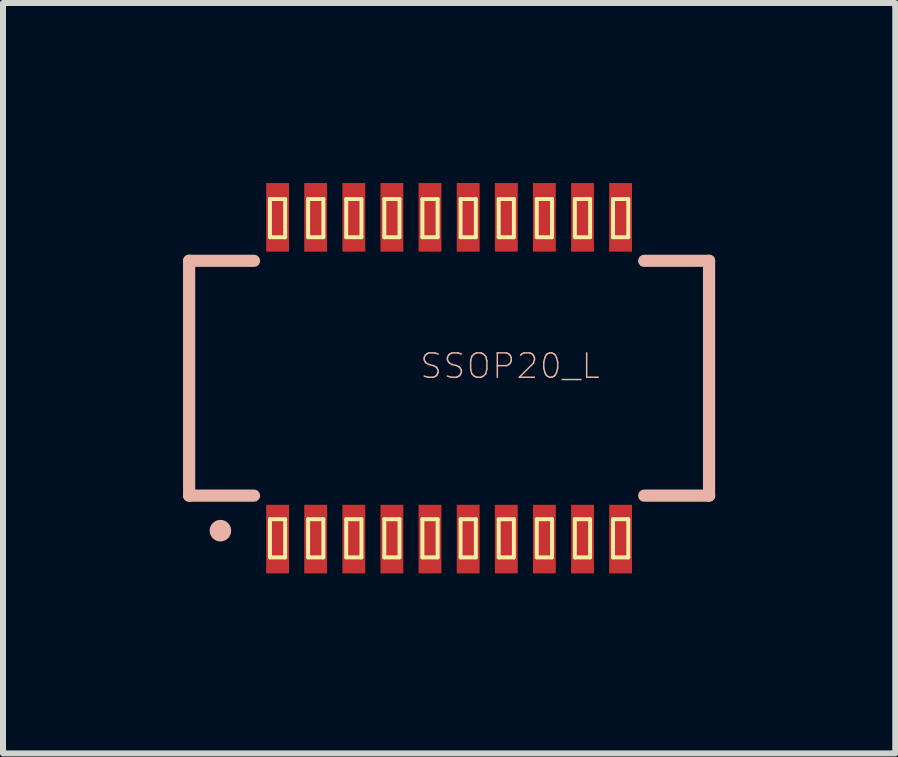
<source format=kicad_pcb>
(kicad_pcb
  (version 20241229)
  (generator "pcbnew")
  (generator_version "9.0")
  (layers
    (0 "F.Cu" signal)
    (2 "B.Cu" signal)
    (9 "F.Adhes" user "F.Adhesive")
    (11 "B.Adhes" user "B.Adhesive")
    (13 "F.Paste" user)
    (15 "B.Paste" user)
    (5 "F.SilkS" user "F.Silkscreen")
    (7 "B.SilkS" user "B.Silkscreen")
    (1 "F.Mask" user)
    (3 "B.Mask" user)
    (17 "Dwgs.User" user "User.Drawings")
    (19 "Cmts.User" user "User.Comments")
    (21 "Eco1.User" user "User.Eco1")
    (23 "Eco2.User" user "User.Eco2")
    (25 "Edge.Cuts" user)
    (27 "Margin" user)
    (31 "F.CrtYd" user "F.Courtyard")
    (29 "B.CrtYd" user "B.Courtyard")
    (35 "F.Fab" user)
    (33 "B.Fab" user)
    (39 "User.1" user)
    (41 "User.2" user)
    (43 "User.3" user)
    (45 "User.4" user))
  (footprint "SSOP20_L"
    (layer "F.Cu")
    (at 4.432 3.251)
    (property "Reference" "SSOP20_L" (at 1.016 -0.203 0) (layer "B.SilkS") (effects (font (size 0.406 0.406) (thickness 0.025))))
    (attr smd)
    (fp_line (start -2.985 -2.985) (end -2.731 -2.985) (stroke (width 0.066) (type solid)) (layer "F.SilkS"))
    (fp_line (start -2.985 -2.349) (end -2.985 -2.985) (stroke (width 0.066) (type solid)) (layer "F.SilkS"))
    (fp_line (start -2.985 -2.349) (end -2.731 -2.349) (stroke (width 0.066) (type solid)) (layer "F.SilkS"))
    (fp_line (start -2.985 2.349) (end -2.731 2.349) (stroke (width 0.066) (type solid)) (layer "F.SilkS"))
    (fp_line (start -2.985 2.985) (end -2.985 2.349) (stroke (width 0.066) (type solid)) (layer "F.SilkS"))
    (fp_line (start -2.985 2.985) (end -2.731 2.985) (stroke (width 0.066) (type solid)) (layer "F.SilkS"))
    (fp_line (start -2.731 -2.349) (end -2.731 -2.985) (stroke (width 0.066) (type solid)) (layer "F.SilkS"))
    (fp_line (start -2.731 2.985) (end -2.731 2.349) (stroke (width 0.066) (type solid)) (layer "F.SilkS"))
    (fp_line (start -2.349 -2.985) (end -2.095 -2.985) (stroke (width 0.066) (type solid)) (layer "F.SilkS"))
    (fp_line (start -2.349 -2.349) (end -2.349 -2.985) (stroke (width 0.066) (type solid)) (layer "F.SilkS"))
    (fp_line (start -2.349 -2.349) (end -2.095 -2.349) (stroke (width 0.066) (type solid)) (layer "F.SilkS"))
    (fp_line (start -2.349 2.349) (end -2.095 2.349) (stroke (width 0.066) (type solid)) (layer "F.SilkS"))
    (fp_line (start -2.349 2.985) (end -2.349 2.349) (stroke (width 0.066) (type solid)) (layer "F.SilkS"))
    (fp_line (start -2.349 2.985) (end -2.095 2.985) (stroke (width 0.066) (type solid)) (layer "F.SilkS"))
    (fp_line (start -2.095 -2.349) (end -2.095 -2.985) (stroke (width 0.066) (type solid)) (layer "F.SilkS"))
    (fp_line (start -2.095 2.985) (end -2.095 2.349) (stroke (width 0.066) (type solid)) (layer "F.SilkS"))
    (fp_line (start -1.714 -2.985) (end -1.46 -2.985) (stroke (width 0.066) (type solid)) (layer "F.SilkS"))
    (fp_line (start -1.714 -2.349) (end -1.714 -2.985) (stroke (width 0.066) (type solid)) (layer "F.SilkS"))
    (fp_line (start -1.714 -2.349) (end -1.46 -2.349) (stroke (width 0.066) (type solid)) (layer "F.SilkS"))
    (fp_line (start -1.714 2.349) (end -1.46 2.349) (stroke (width 0.066) (type solid)) (layer "F.SilkS"))
    (fp_line (start -1.714 2.985) (end -1.714 2.349) (stroke (width 0.066) (type solid)) (layer "F.SilkS"))
    (fp_line (start -1.714 2.985) (end -1.46 2.985) (stroke (width 0.066) (type solid)) (layer "F.SilkS"))
    (fp_line (start -1.46 -2.349) (end -1.46 -2.985) (stroke (width 0.066) (type solid)) (layer "F.SilkS"))
    (fp_line (start -1.46 2.985) (end -1.46 2.349) (stroke (width 0.066) (type solid)) (layer "F.SilkS"))
    (fp_line (start -1.079 -2.985) (end -0.826 -2.985) (stroke (width 0.066) (type solid)) (layer "F.SilkS"))
    (fp_line (start -1.079 -2.349) (end -1.079 -2.985) (stroke (width 0.066) (type solid)) (layer "F.SilkS"))
    (fp_line (start -1.079 -2.349) (end -0.826 -2.349) (stroke (width 0.066) (type solid)) (layer "F.SilkS"))
    (fp_line (start -1.079 2.349) (end -0.826 2.349) (stroke (width 0.066) (type solid)) (layer "F.SilkS"))
    (fp_line (start -1.079 2.985) (end -1.079 2.349) (stroke (width 0.066) (type solid)) (layer "F.SilkS"))
    (fp_line (start -1.079 2.985) (end -0.826 2.985) (stroke (width 0.066) (type solid)) (layer "F.SilkS"))
    (fp_line (start -0.826 -2.349) (end -0.826 -2.985) (stroke (width 0.066) (type solid)) (layer "F.SilkS"))
    (fp_line (start -0.826 2.985) (end -0.826 2.349) (stroke (width 0.066) (type solid)) (layer "F.SilkS"))
    (fp_line (start -0.445 -2.985) (end -0.191 -2.985) (stroke (width 0.066) (type solid)) (layer "F.SilkS"))
    (fp_line (start -0.445 -2.349) (end -0.445 -2.985) (stroke (width 0.066) (type solid)) (layer "F.SilkS"))
    (fp_line (start -0.445 -2.349) (end -0.191 -2.349) (stroke (width 0.066) (type solid)) (layer "F.SilkS"))
    (fp_line (start -0.445 2.349) (end -0.191 2.349) (stroke (width 0.066) (type solid)) (layer "F.SilkS"))
    (fp_line (start -0.445 2.985) (end -0.445 2.349) (stroke (width 0.066) (type solid)) (layer "F.SilkS"))
    (fp_line (start -0.445 2.985) (end -0.191 2.985) (stroke (width 0.066) (type solid)) (layer "F.SilkS"))
    (fp_line (start -0.191 -2.349) (end -0.191 -2.985) (stroke (width 0.066) (type solid)) (layer "F.SilkS"))
    (fp_line (start -0.191 2.985) (end -0.191 2.349) (stroke (width 0.066) (type solid)) (layer "F.SilkS"))
    (fp_line (start 0.191 -2.985) (end 0.445 -2.985) (stroke (width 0.066) (type solid)) (layer "F.SilkS"))
    (fp_line (start 0.191 -2.349) (end 0.191 -2.985) (stroke (width 0.066) (type solid)) (layer "F.SilkS"))
    (fp_line (start 0.191 -2.349) (end 0.445 -2.349) (stroke (width 0.066) (type solid)) (layer "F.SilkS"))
    (fp_line (start 0.191 2.349) (end 0.445 2.349) (stroke (width 0.066) (type solid)) (layer "F.SilkS"))
    (fp_line (start 0.191 2.985) (end 0.191 2.349) (stroke (width 0.066) (type solid)) (layer "F.SilkS"))
    (fp_line (start 0.191 2.985) (end 0.445 2.985) (stroke (width 0.066) (type solid)) (layer "F.SilkS"))
    (fp_line (start 0.445 -2.349) (end 0.445 -2.985) (stroke (width 0.066) (type solid)) (layer "F.SilkS"))
    (fp_line (start 0.445 2.985) (end 0.445 2.349) (stroke (width 0.066) (type solid)) (layer "F.SilkS"))
    (fp_line (start 0.826 -2.985) (end 1.079 -2.985) (stroke (width 0.066) (type solid)) (layer "F.SilkS"))
    (fp_line (start 0.826 -2.349) (end 0.826 -2.985) (stroke (width 0.066) (type solid)) (layer "F.SilkS"))
    (fp_line (start 0.826 -2.349) (end 1.079 -2.349) (stroke (width 0.066) (type solid)) (layer "F.SilkS"))
    (fp_line (start 0.826 2.349) (end 1.079 2.349) (stroke (width 0.066) (type solid)) (layer "F.SilkS"))
    (fp_line (start 0.826 2.985) (end 0.826 2.349) (stroke (width 0.066) (type solid)) (layer "F.SilkS"))
    (fp_line (start 0.826 2.985) (end 1.079 2.985) (stroke (width 0.066) (type solid)) (layer "F.SilkS"))
    (fp_line (start 1.079 -2.349) (end 1.079 -2.985) (stroke (width 0.066) (type solid)) (layer "F.SilkS"))
    (fp_line (start 1.079 2.985) (end 1.079 2.349) (stroke (width 0.066) (type solid)) (layer "F.SilkS"))
    (fp_line (start 1.46 -2.985) (end 1.714 -2.985) (stroke (width 0.066) (type solid)) (layer "F.SilkS"))
    (fp_line (start 1.46 -2.349) (end 1.46 -2.985) (stroke (width 0.066) (type solid)) (layer "F.SilkS"))
    (fp_line (start 1.46 -2.349) (end 1.714 -2.349) (stroke (width 0.066) (type solid)) (layer "F.SilkS"))
    (fp_line (start 1.46 2.349) (end 1.714 2.349) (stroke (width 0.066) (type solid)) (layer "F.SilkS"))
    (fp_line (start 1.46 2.985) (end 1.46 2.349) (stroke (width 0.066) (type solid)) (layer "F.SilkS"))
    (fp_line (start 1.46 2.985) (end 1.714 2.985) (stroke (width 0.066) (type solid)) (layer "F.SilkS"))
    (fp_line (start 1.714 -2.349) (end 1.714 -2.985) (stroke (width 0.066) (type solid)) (layer "F.SilkS"))
    (fp_line (start 1.714 2.985) (end 1.714 2.349) (stroke (width 0.066) (type solid)) (layer "F.SilkS"))
    (fp_line (start 2.095 -2.985) (end 2.349 -2.985) (stroke (width 0.066) (type solid)) (layer "F.SilkS"))
    (fp_line (start 2.095 -2.349) (end 2.095 -2.985) (stroke (width 0.066) (type solid)) (layer "F.SilkS"))
    (fp_line (start 2.095 -2.349) (end 2.349 -2.349) (stroke (width 0.066) (type solid)) (layer "F.SilkS"))
    (fp_line (start 2.095 2.349) (end 2.349 2.349) (stroke (width 0.066) (type solid)) (layer "F.SilkS"))
    (fp_line (start 2.095 2.985) (end 2.095 2.349) (stroke (width 0.066) (type solid)) (layer "F.SilkS"))
    (fp_line (start 2.095 2.985) (end 2.349 2.985) (stroke (width 0.066) (type solid)) (layer "F.SilkS"))
    (fp_line (start 2.349 -2.349) (end 2.349 -2.985) (stroke (width 0.066) (type solid)) (layer "F.SilkS"))
    (fp_line (start 2.349 2.985) (end 2.349 2.349) (stroke (width 0.066) (type solid)) (layer "F.SilkS"))
    (fp_line (start 2.731 -2.985) (end 2.985 -2.985) (stroke (width 0.066) (type solid)) (layer "F.SilkS"))
    (fp_line (start 2.731 -2.349) (end 2.731 -2.985) (stroke (width 0.066) (type solid)) (layer "F.SilkS"))
    (fp_line (start 2.731 -2.349) (end 2.985 -2.349) (stroke (width 0.066) (type solid)) (layer "F.SilkS"))
    (fp_line (start 2.731 2.349) (end 2.985 2.349) (stroke (width 0.066) (type solid)) (layer "F.SilkS"))
    (fp_line (start 2.731 2.985) (end 2.731 2.349) (stroke (width 0.066) (type solid)) (layer "F.SilkS"))
    (fp_line (start 2.731 2.985) (end 2.985 2.985) (stroke (width 0.066) (type solid)) (layer "F.SilkS"))
    (fp_line (start 2.985 -2.349) (end 2.985 -2.985) (stroke (width 0.066) (type solid)) (layer "F.SilkS"))
    (fp_line (start 2.985 2.985) (end 2.985 2.349) (stroke (width 0.066) (type solid)) (layer "F.SilkS"))
    (fp_line (start -4.331 -1.956) (end -4.331 1.956) (stroke (width 0.203) (type solid)) (layer "B.SilkS"))
    (fp_line (start -4.331 -1.956) (end -3.251 -1.956) (stroke (width 0.203) (type solid)) (layer "B.SilkS"))
    (fp_line (start -4.331 1.956) (end -3.251 1.956) (stroke (width 0.203) (type solid)) (layer "B.SilkS"))
    (fp_line (start 3.251 -1.956) (end 4.331 -1.956) (stroke (width 0.203) (type solid)) (layer "B.SilkS"))
    (fp_line (start 3.251 1.956) (end 4.331 1.956) (stroke (width 0.203) (type solid)) (layer "B.SilkS"))
    (fp_line (start 4.331 1.956) (end 4.331 -1.956) (stroke (width 0.203) (type solid)) (layer "B.SilkS"))
    (fp_circle (center -3.81 2.54) (end -3.937 2.667) (stroke (width 0) (type solid)) (fill yes) (layer "B.SilkS"))
    (pad "1" smd rect (at -2.857 2.68 180) (size 0.381 1.143) (layers "F.Cu" "F.Mask" "F.Paste"))
    (pad "2" smd rect (at -2.223 2.68 180) (size 0.381 1.143) (layers "F.Cu" "F.Mask" "F.Paste"))
    (pad "3" smd rect (at -1.587 2.68 180) (size 0.381 1.143) (layers "F.Cu" "F.Mask" "F.Paste"))
    (pad "4" smd rect (at -0.953 2.68 180) (size 0.381 1.143) (layers "F.Cu" "F.Mask" "F.Paste"))
    (pad "5" smd rect (at -0.318 2.68 180) (size 0.381 1.143) (layers "F.Cu" "F.Mask" "F.Paste"))
    (pad "6" smd rect (at 0.318 2.68 180) (size 0.381 1.143) (layers "F.Cu" "F.Mask" "F.Paste"))
    (pad "7" smd rect (at 0.953 2.68 180) (size 0.381 1.143) (layers "F.Cu" "F.Mask" "F.Paste"))
    (pad "8" smd rect (at 1.587 2.68 180) (size 0.381 1.143) (layers "F.Cu" "F.Mask" "F.Paste"))
    (pad "9" smd rect (at 2.223 2.68 180) (size 0.381 1.143) (layers "F.Cu" "F.Mask" "F.Paste"))
    (pad "10" smd rect (at 2.857 2.68 180) (size 0.381 1.143) (layers "F.Cu" "F.Mask" "F.Paste"))
    (pad "11" smd rect (at 2.857 -2.68) (size 0.381 1.143) (layers "F.Cu" "F.Mask" "F.Paste"))
    (pad "12" smd rect (at 2.223 -2.68) (size 0.381 1.143) (layers "F.Cu" "F.Mask" "F.Paste"))
    (pad "13" smd rect (at 1.587 -2.68) (size 0.381 1.143) (layers "F.Cu" "F.Mask" "F.Paste"))
    (pad "14" smd rect (at 0.953 -2.68) (size 0.381 1.143) (layers "F.Cu" "F.Mask" "F.Paste"))
    (pad "15" smd rect (at 0.318 -2.68) (size 0.381 1.143) (layers "F.Cu" "F.Mask" "F.Paste"))
    (pad "16" smd rect (at -0.318 -2.68) (size 0.381 1.143) (layers "F.Cu" "F.Mask" "F.Paste"))
    (pad "17" smd rect (at -0.953 -2.68) (size 0.381 1.143) (layers "F.Cu" "F.Mask" "F.Paste"))
    (pad "18" smd rect (at -1.587 -2.68) (size 0.381 1.143) (layers "F.Cu" "F.Mask" "F.Paste"))
    (pad "19" smd rect (at -2.223 -2.68) (size 0.381 1.143) (layers "F.Cu" "F.Mask" "F.Paste"))
    (pad "20" smd rect (at -2.857 -2.68) (size 0.381 1.143) (layers "F.Cu" "F.Mask" "F.Paste")))
  (gr_rect
    (start -3 -3)
    (end 11.865 9.502)
    (stroke (width 0.1) (type default))
    (fill no)
    (layer "Edge.Cuts")))
</source>
